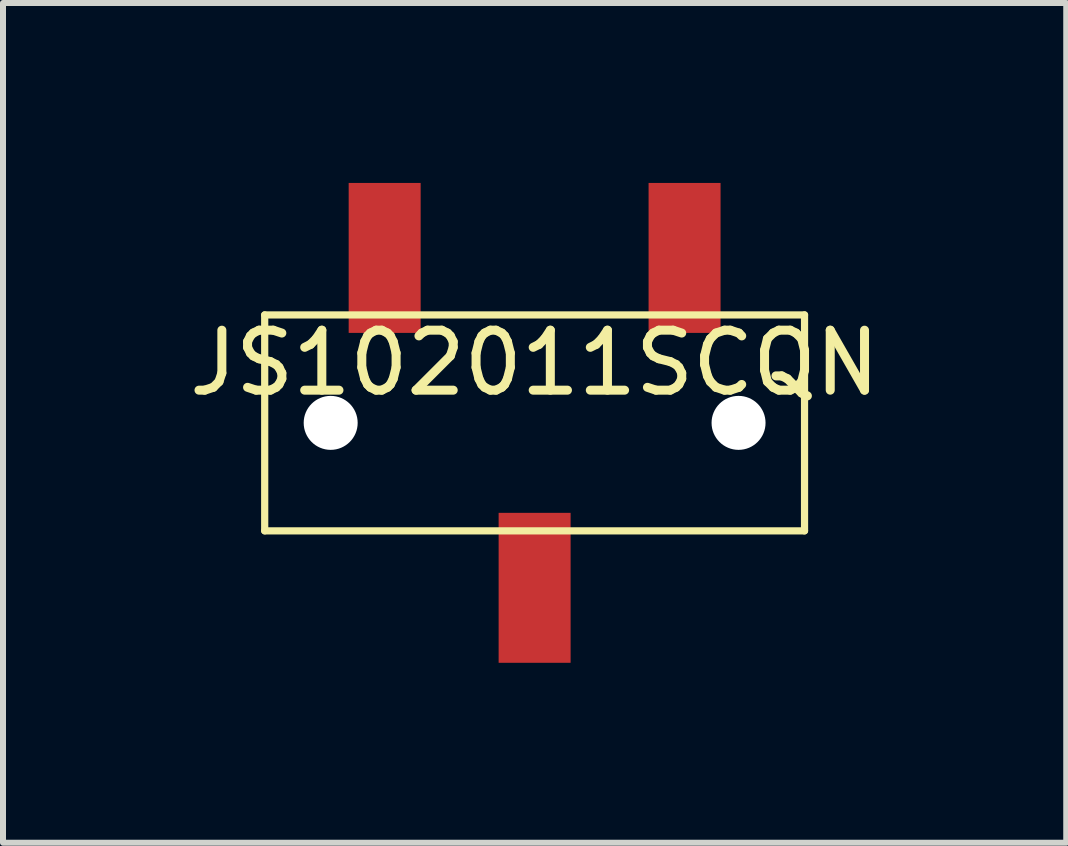
<source format=kicad_pcb>
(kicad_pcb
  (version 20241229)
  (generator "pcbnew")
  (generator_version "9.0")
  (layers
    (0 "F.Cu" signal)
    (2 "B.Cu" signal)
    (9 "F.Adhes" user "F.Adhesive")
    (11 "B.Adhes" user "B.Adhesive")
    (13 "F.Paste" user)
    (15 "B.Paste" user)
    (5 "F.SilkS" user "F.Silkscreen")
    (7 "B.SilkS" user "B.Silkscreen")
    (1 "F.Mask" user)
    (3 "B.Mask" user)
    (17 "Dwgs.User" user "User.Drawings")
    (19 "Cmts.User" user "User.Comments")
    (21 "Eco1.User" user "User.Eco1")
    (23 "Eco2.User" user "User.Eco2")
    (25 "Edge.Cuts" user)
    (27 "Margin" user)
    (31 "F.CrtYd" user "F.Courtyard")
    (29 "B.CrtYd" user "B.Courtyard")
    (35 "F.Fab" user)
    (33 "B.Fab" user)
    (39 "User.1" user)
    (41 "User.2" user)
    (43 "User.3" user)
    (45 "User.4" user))
  (footprint "JS102011SCQN"
    (layer "F.Cu")
    (at 5.863 4)
    (property "Reference" "JS102011SCQN" (at 0 -1 0) (layer "F.SilkS") (effects (font (size 1 1) (thickness 0.15))))
    (attr smd)
    (fp_line (start -4.5 1.8) (end -4.5 -1.8) (stroke (width 0.12) (type solid)) (layer "F.SilkS"))
    (fp_line (start 4.5 -1.8) (end -4.5 -1.8) (stroke (width 0.12) (type solid)) (layer "F.SilkS"))
    (fp_line (start 4.5 1.8) (end -4.5 1.8) (stroke (width 0.12) (type solid)) (layer "F.SilkS"))
    (fp_line (start 4.5 1.8) (end 4.5 -1.8) (stroke (width 0.12) (type solid)) (layer "F.SilkS"))
    (pad "" np_thru_hole circle (at -3.4 0) (size 0.9 0.9) (drill 0.9) (layers "*.Cu" "*.Mask"))
    (pad "" np_thru_hole circle (at 3.4 0) (size 0.9 0.9) (drill 0.9) (layers "*.Cu" "*.Mask"))
    (pad "1" smd rect (at -2.5 -2.75) (size 1.2 2.5) (layers "F.Cu" "F.Mask" "F.Paste"))
    (pad "2" smd rect (at 0 2.75 180) (size 1.2 2.5) (layers "F.Cu" "F.Mask" "F.Paste"))
    (pad "3" smd rect (at 2.5 -2.75) (size 1.2 2.5) (layers "F.Cu" "F.Mask" "F.Paste")))
  (gr_rect
    (start -3 -3)
    (end 14.726 11)
    (stroke (width 0.1) (type default))
    (fill no)
    (layer "Edge.Cuts")))
</source>
